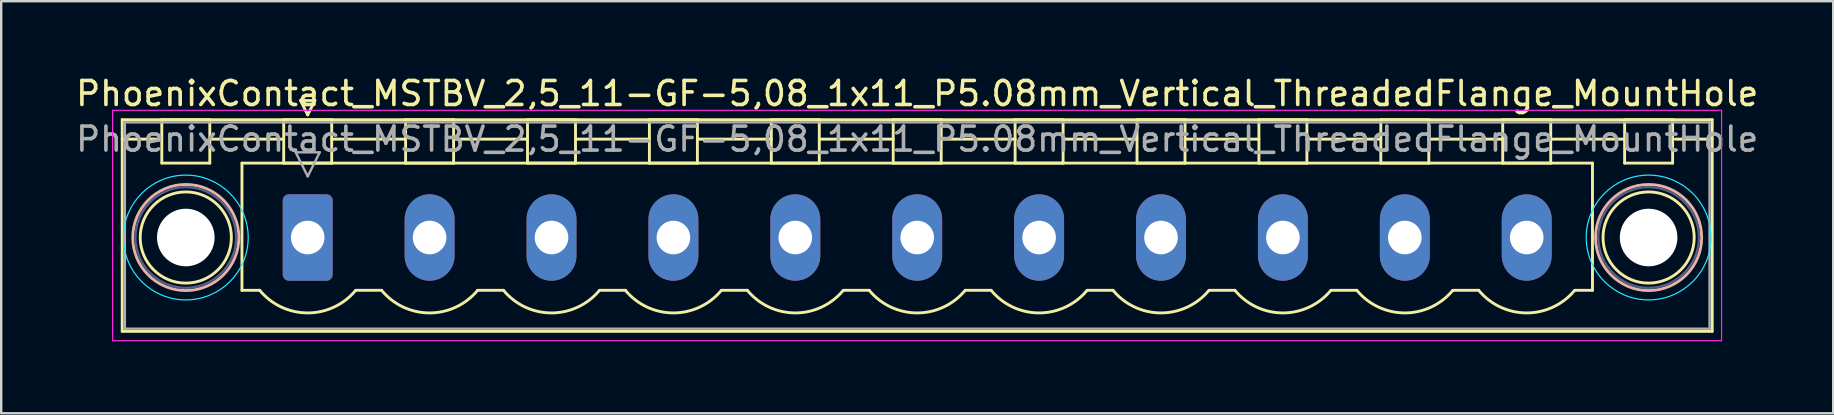
<source format=kicad_pcb>
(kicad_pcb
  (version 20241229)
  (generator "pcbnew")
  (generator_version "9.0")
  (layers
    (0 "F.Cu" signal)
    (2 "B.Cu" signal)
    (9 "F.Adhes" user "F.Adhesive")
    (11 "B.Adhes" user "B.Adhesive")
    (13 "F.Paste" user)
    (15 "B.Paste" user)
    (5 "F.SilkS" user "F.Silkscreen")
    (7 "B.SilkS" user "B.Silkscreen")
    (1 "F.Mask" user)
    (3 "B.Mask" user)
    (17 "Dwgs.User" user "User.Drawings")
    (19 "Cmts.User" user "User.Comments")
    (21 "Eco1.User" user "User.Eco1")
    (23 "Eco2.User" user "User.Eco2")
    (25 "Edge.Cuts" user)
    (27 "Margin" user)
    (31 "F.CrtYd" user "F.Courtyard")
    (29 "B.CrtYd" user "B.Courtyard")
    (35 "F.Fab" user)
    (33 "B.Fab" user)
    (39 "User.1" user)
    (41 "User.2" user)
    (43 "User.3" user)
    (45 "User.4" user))
  (footprint "PhoenixContact_MSTBV_2,5_11-GF-5,08_1x11_P5.08mm_Vertical_ThreadedFlange_MountHole"
    (layer "F.Cu")
    (at 9.773 6.848)
    (property "Reference" "PhoenixContact_MSTBV_2,5_11-GF-5,08_1x11_P5.08mm_Vertical_ThreadedFlange_MountHole" (at 25.4 -6 0) (layer "F.SilkS") (effects (font (size 1 1) (thickness 0.15))))
    (attr through_hole)
    (fp_line (start -7.73 -4.91) (end -7.73 3.91) (stroke (width 0.12) (type solid)) (layer "F.SilkS"))
    (fp_line (start -7.73 -4.1) (end -6.19 -4.1) (stroke (width 0.12) (type solid)) (layer "F.SilkS"))
    (fp_line (start -7.73 3.91) (end 58.53 3.91) (stroke (width 0.12) (type solid)) (layer "F.SilkS"))
    (fp_line (start -6.08 -4.91) (end -4.08 -4.91) (stroke (width 0.12) (type solid)) (layer "F.SilkS"))
    (fp_line (start -6.08 -3.1) (end -6.08 -4.91) (stroke (width 0.12) (type solid)) (layer "F.SilkS"))
    (fp_line (start -4.08 -4.91) (end -4.08 -3.1) (stroke (width 0.12) (type solid)) (layer "F.SilkS"))
    (fp_line (start -4.08 -4.1) (end -1 -4.1) (stroke (width 0.12) (type solid)) (layer "F.SilkS"))
    (fp_line (start -4.08 -3.1) (end -6.08 -3.1) (stroke (width 0.12) (type solid)) (layer "F.SilkS"))
    (fp_line (start -2.74 -3.1) (end 53.54 -3.1) (stroke (width 0.12) (type solid)) (layer "F.SilkS"))
    (fp_line (start -2.74 2.2) (end -2.74 -3.1) (stroke (width 0.12) (type solid)) (layer "F.SilkS"))
    (fp_line (start -2 2.2) (end -2.74 2.2) (stroke (width 0.12) (type solid)) (layer "F.SilkS"))
    (fp_line (start -1 -4.91) (end 1 -4.91) (stroke (width 0.12) (type solid)) (layer "F.SilkS"))
    (fp_line (start -1 -3.1) (end -1 -4.91) (stroke (width 0.12) (type solid)) (layer "F.SilkS"))
    (fp_line (start -0.3 -5.71) (end 0.3 -5.71) (stroke (width 0.12) (type solid)) (layer "F.SilkS"))
    (fp_line (start 0 -5.11) (end -0.3 -5.71) (stroke (width 0.12) (type solid)) (layer "F.SilkS"))
    (fp_line (start 0.3 -5.71) (end 0 -5.11) (stroke (width 0.12) (type solid)) (layer "F.SilkS"))
    (fp_line (start 1 -4.91) (end 1 -3.1) (stroke (width 0.12) (type solid)) (layer "F.SilkS"))
    (fp_line (start 1 -4.1) (end 4.08 -4.1) (stroke (width 0.12) (type solid)) (layer "F.SilkS"))
    (fp_line (start 1 -3.1) (end -1 -3.1) (stroke (width 0.12) (type solid)) (layer "F.SilkS"))
    (fp_line (start 2 2.2) (end 3.08 2.2) (stroke (width 0.12) (type solid)) (layer "F.SilkS"))
    (fp_line (start 4.08 -4.91) (end 6.08 -4.91) (stroke (width 0.12) (type solid)) (layer "F.SilkS"))
    (fp_line (start 4.08 -3.1) (end 4.08 -4.91) (stroke (width 0.12) (type solid)) (layer "F.SilkS"))
    (fp_line (start 6.08 -4.91) (end 6.08 -3.1) (stroke (width 0.12) (type solid)) (layer "F.SilkS"))
    (fp_line (start 6.08 -4.1) (end 9.16 -4.1) (stroke (width 0.12) (type solid)) (layer "F.SilkS"))
    (fp_line (start 6.08 -3.1) (end 4.08 -3.1) (stroke (width 0.12) (type solid)) (layer "F.SilkS"))
    (fp_line (start 7.08 2.2) (end 8.16 2.2) (stroke (width 0.12) (type solid)) (layer "F.SilkS"))
    (fp_line (start 9.16 -4.91) (end 11.16 -4.91) (stroke (width 0.12) (type solid)) (layer "F.SilkS"))
    (fp_line (start 9.16 -3.1) (end 9.16 -4.91) (stroke (width 0.12) (type solid)) (layer "F.SilkS"))
    (fp_line (start 11.16 -4.91) (end 11.16 -3.1) (stroke (width 0.12) (type solid)) (layer "F.SilkS"))
    (fp_line (start 11.16 -4.1) (end 14.24 -4.1) (stroke (width 0.12) (type solid)) (layer "F.SilkS"))
    (fp_line (start 11.16 -3.1) (end 9.16 -3.1) (stroke (width 0.12) (type solid)) (layer "F.SilkS"))
    (fp_line (start 12.16 2.2) (end 13.24 2.2) (stroke (width 0.12) (type solid)) (layer "F.SilkS"))
    (fp_line (start 14.24 -4.91) (end 16.24 -4.91) (stroke (width 0.12) (type solid)) (layer "F.SilkS"))
    (fp_line (start 14.24 -3.1) (end 14.24 -4.91) (stroke (width 0.12) (type solid)) (layer "F.SilkS"))
    (fp_line (start 16.24 -4.91) (end 16.24 -3.1) (stroke (width 0.12) (type solid)) (layer "F.SilkS"))
    (fp_line (start 16.24 -4.1) (end 19.32 -4.1) (stroke (width 0.12) (type solid)) (layer "F.SilkS"))
    (fp_line (start 16.24 -3.1) (end 14.24 -3.1) (stroke (width 0.12) (type solid)) (layer "F.SilkS"))
    (fp_line (start 17.24 2.2) (end 18.32 2.2) (stroke (width 0.12) (type solid)) (layer "F.SilkS"))
    (fp_line (start 19.32 -4.91) (end 21.32 -4.91) (stroke (width 0.12) (type solid)) (layer "F.SilkS"))
    (fp_line (start 19.32 -3.1) (end 19.32 -4.91) (stroke (width 0.12) (type solid)) (layer "F.SilkS"))
    (fp_line (start 21.32 -4.91) (end 21.32 -3.1) (stroke (width 0.12) (type solid)) (layer "F.SilkS"))
    (fp_line (start 21.32 -4.1) (end 24.4 -4.1) (stroke (width 0.12) (type solid)) (layer "F.SilkS"))
    (fp_line (start 21.32 -3.1) (end 19.32 -3.1) (stroke (width 0.12) (type solid)) (layer "F.SilkS"))
    (fp_line (start 22.32 2.2) (end 23.4 2.2) (stroke (width 0.12) (type solid)) (layer "F.SilkS"))
    (fp_line (start 24.4 -4.91) (end 26.4 -4.91) (stroke (width 0.12) (type solid)) (layer "F.SilkS"))
    (fp_line (start 24.4 -3.1) (end 24.4 -4.91) (stroke (width 0.12) (type solid)) (layer "F.SilkS"))
    (fp_line (start 26.4 -4.91) (end 26.4 -3.1) (stroke (width 0.12) (type solid)) (layer "F.SilkS"))
    (fp_line (start 26.4 -4.1) (end 29.48 -4.1) (stroke (width 0.12) (type solid)) (layer "F.SilkS"))
    (fp_line (start 26.4 -3.1) (end 24.4 -3.1) (stroke (width 0.12) (type solid)) (layer "F.SilkS"))
    (fp_line (start 27.4 2.2) (end 28.48 2.2) (stroke (width 0.12) (type solid)) (layer "F.SilkS"))
    (fp_line (start 29.48 -4.91) (end 31.48 -4.91) (stroke (width 0.12) (type solid)) (layer "F.SilkS"))
    (fp_line (start 29.48 -3.1) (end 29.48 -4.91) (stroke (width 0.12) (type solid)) (layer "F.SilkS"))
    (fp_line (start 31.48 -4.91) (end 31.48 -3.1) (stroke (width 0.12) (type solid)) (layer "F.SilkS"))
    (fp_line (start 31.48 -4.1) (end 34.56 -4.1) (stroke (width 0.12) (type solid)) (layer "F.SilkS"))
    (fp_line (start 31.48 -3.1) (end 29.48 -3.1) (stroke (width 0.12) (type solid)) (layer "F.SilkS"))
    (fp_line (start 32.48 2.2) (end 33.56 2.2) (stroke (width 0.12) (type solid)) (layer "F.SilkS"))
    (fp_line (start 34.56 -4.91) (end 36.56 -4.91) (stroke (width 0.12) (type solid)) (layer "F.SilkS"))
    (fp_line (start 34.56 -3.1) (end 34.56 -4.91) (stroke (width 0.12) (type solid)) (layer "F.SilkS"))
    (fp_line (start 36.56 -4.91) (end 36.56 -3.1) (stroke (width 0.12) (type solid)) (layer "F.SilkS"))
    (fp_line (start 36.56 -4.1) (end 39.64 -4.1) (stroke (width 0.12) (type solid)) (layer "F.SilkS"))
    (fp_line (start 36.56 -3.1) (end 34.56 -3.1) (stroke (width 0.12) (type solid)) (layer "F.SilkS"))
    (fp_line (start 37.56 2.2) (end 38.64 2.2) (stroke (width 0.12) (type solid)) (layer "F.SilkS"))
    (fp_line (start 39.64 -4.91) (end 41.64 -4.91) (stroke (width 0.12) (type solid)) (layer "F.SilkS"))
    (fp_line (start 39.64 -3.1) (end 39.64 -4.91) (stroke (width 0.12) (type solid)) (layer "F.SilkS"))
    (fp_line (start 41.64 -4.91) (end 41.64 -3.1) (stroke (width 0.12) (type solid)) (layer "F.SilkS"))
    (fp_line (start 41.64 -4.1) (end 44.72 -4.1) (stroke (width 0.12) (type solid)) (layer "F.SilkS"))
    (fp_line (start 41.64 -3.1) (end 39.64 -3.1) (stroke (width 0.12) (type solid)) (layer "F.SilkS"))
    (fp_line (start 42.64 2.2) (end 43.72 2.2) (stroke (width 0.12) (type solid)) (layer "F.SilkS"))
    (fp_line (start 44.72 -4.91) (end 46.72 -4.91) (stroke (width 0.12) (type solid)) (layer "F.SilkS"))
    (fp_line (start 44.72 -3.1) (end 44.72 -4.91) (stroke (width 0.12) (type solid)) (layer "F.SilkS"))
    (fp_line (start 46.72 -4.91) (end 46.72 -3.1) (stroke (width 0.12) (type solid)) (layer "F.SilkS"))
    (fp_line (start 46.72 -4.1) (end 49.8 -4.1) (stroke (width 0.12) (type solid)) (layer "F.SilkS"))
    (fp_line (start 46.72 -3.1) (end 44.72 -3.1) (stroke (width 0.12) (type solid)) (layer "F.SilkS"))
    (fp_line (start 47.72 2.2) (end 48.8 2.2) (stroke (width 0.12) (type solid)) (layer "F.SilkS"))
    (fp_line (start 49.8 -4.91) (end 51.8 -4.91) (stroke (width 0.12) (type solid)) (layer "F.SilkS"))
    (fp_line (start 49.8 -3.1) (end 49.8 -4.91) (stroke (width 0.12) (type solid)) (layer "F.SilkS"))
    (fp_line (start 51.8 -4.91) (end 51.8 -3.1) (stroke (width 0.12) (type solid)) (layer "F.SilkS"))
    (fp_line (start 51.8 -4.1) (end 54.88 -4.1) (stroke (width 0.12) (type solid)) (layer "F.SilkS"))
    (fp_line (start 51.8 -3.1) (end 49.8 -3.1) (stroke (width 0.12) (type solid)) (layer "F.SilkS"))
    (fp_line (start 53.54 -3.1) (end 53.54 2.2) (stroke (width 0.12) (type solid)) (layer "F.SilkS"))
    (fp_line (start 53.54 2.2) (end 52.8 2.2) (stroke (width 0.12) (type solid)) (layer "F.SilkS"))
    (fp_line (start 54.88 -4.91) (end 56.88 -4.91) (stroke (width 0.12) (type solid)) (layer "F.SilkS"))
    (fp_line (start 54.88 -3.1) (end 54.88 -4.91) (stroke (width 0.12) (type solid)) (layer "F.SilkS"))
    (fp_line (start 56.88 -4.91) (end 56.88 -3.1) (stroke (width 0.12) (type solid)) (layer "F.SilkS"))
    (fp_line (start 56.88 -3.1) (end 54.88 -3.1) (stroke (width 0.12) (type solid)) (layer "F.SilkS"))
    (fp_line (start 58.53 -4.91) (end -7.73 -4.91) (stroke (width 0.12) (type solid)) (layer "F.SilkS"))
    (fp_line (start 58.53 -4.1) (end 56.99 -4.1) (stroke (width 0.12) (type solid)) (layer "F.SilkS"))
    (fp_line (start 58.53 3.91) (end 58.53 -4.91) (stroke (width 0.12) (type solid)) (layer "F.SilkS"))
    (fp_arc (start 1.986842 2.215821) (mid -0.010289 3.142758) (end -2 2.2) (stroke (width 0.12) (type solid)) (layer "F.SilkS"))
    (fp_arc (start 7.066842 2.215821) (mid 5.069711 3.142758) (end 3.08 2.2) (stroke (width 0.12) (type solid)) (layer "F.SilkS"))
    (fp_arc (start 12.146842 2.215821) (mid 10.149711 3.142758) (end 8.16 2.2) (stroke (width 0.12) (type solid)) (layer "F.SilkS"))
    (fp_arc (start 17.226842 2.215821) (mid 15.229711 3.142758) (end 13.24 2.2) (stroke (width 0.12) (type solid)) (layer "F.SilkS"))
    (fp_arc (start 22.306842 2.215821) (mid 20.309711 3.142758) (end 18.32 2.2) (stroke (width 0.12) (type solid)) (layer "F.SilkS"))
    (fp_arc (start 27.386842 2.215821) (mid 25.389711 3.142758) (end 23.4 2.2) (stroke (width 0.12) (type solid)) (layer "F.SilkS"))
    (fp_arc (start 32.466842 2.215821) (mid 30.469711 3.142758) (end 28.48 2.2) (stroke (width 0.12) (type solid)) (layer "F.SilkS"))
    (fp_arc (start 37.546842 2.215821) (mid 35.549711 3.142758) (end 33.56 2.2) (stroke (width 0.12) (type solid)) (layer "F.SilkS"))
    (fp_arc (start 42.626842 2.215821) (mid 40.629711 3.142758) (end 38.64 2.2) (stroke (width 0.12) (type solid)) (layer "F.SilkS"))
    (fp_arc (start 47.706842 2.215821) (mid 45.709711 3.142758) (end 43.72 2.2) (stroke (width 0.12) (type solid)) (layer "F.SilkS"))
    (fp_arc (start 52.786842 2.215821) (mid 50.789711 3.142758) (end 48.8 2.2) (stroke (width 0.12) (type solid)) (layer "F.SilkS"))
    (fp_circle (center -5.08 0) (end -3.18 0) (stroke (width 0.12) (type solid)) (fill no) (layer "F.SilkS"))
    (fp_circle (center 55.88 0) (end 57.78 0) (stroke (width 0.12) (type solid)) (fill no) (layer "F.SilkS"))
    (fp_circle (center -5.08 0) (end -2.87 0) (stroke (width 0.12) (type solid)) (fill no) (layer "B.SilkS"))
    (fp_circle (center 55.88 0) (end 58.09 0) (stroke (width 0.12) (type solid)) (fill no) (layer "B.SilkS"))
    (fp_circle (center -5.08 0) (end -2.48 0) (stroke (width 0.05) (type solid)) (fill no) (layer "B.CrtYd"))
    (fp_circle (center 55.88 0) (end 58.48 0) (stroke (width 0.05) (type solid)) (fill no) (layer "B.CrtYd"))
    (fp_line (start -8.13 -5.3) (end -8.13 4.3) (stroke (width 0.05) (type solid)) (layer "F.CrtYd"))
    (fp_line (start -8.13 4.3) (end 58.92 4.3) (stroke (width 0.05) (type solid)) (layer "F.CrtYd"))
    (fp_line (start 58.92 -5.3) (end -8.13 -5.3) (stroke (width 0.05) (type solid)) (layer "F.CrtYd"))
    (fp_line (start 58.92 4.3) (end 58.92 -5.3) (stroke (width 0.05) (type solid)) (layer "F.CrtYd"))
    (fp_circle (center -5.08 0) (end -2.98 0) (stroke (width 0.1) (type solid)) (fill no) (layer "B.Fab"))
    (fp_circle (center 55.88 0) (end 57.98 0) (stroke (width 0.1) (type solid)) (fill no) (layer "B.Fab"))
    (fp_line (start -7.62 -4.8) (end -7.62 3.8) (stroke (width 0.1) (type solid)) (layer "F.Fab"))
    (fp_line (start -7.62 3.8) (end 58.42 3.8) (stroke (width 0.1) (type solid)) (layer "F.Fab"))
    (fp_line (start -0.5 -3.55) (end 0.5 -3.55) (stroke (width 0.1) (type solid)) (layer "F.Fab"))
    (fp_line (start 0 -2.55) (end -0.5 -3.55) (stroke (width 0.1) (type solid)) (layer "F.Fab"))
    (fp_line (start 0.5 -3.55) (end 0 -2.55) (stroke (width 0.1) (type solid)) (layer "F.Fab"))
    (fp_line (start 58.42 -4.8) (end -7.62 -4.8) (stroke (width 0.1) (type solid)) (layer "F.Fab"))
    (fp_line (start 58.42 3.8) (end 58.42 -4.8) (stroke (width 0.1) (type solid)) (layer "F.Fab"))
    (fp_text user "${REFERENCE}" (at 25.4 -4.1 0) (layer "F.Fab") (effects (font (size 1 1) (thickness 0.15))))
    (pad "" np_thru_hole circle (at -5.08 0) (size 2.4 2.4) (drill 2.4) (layers "*.Cu" "*.Mask"))
    (pad "" np_thru_hole circle (at 55.88 0) (size 2.4 2.4) (drill 2.4) (layers "*.Cu" "*.Mask"))
    (pad "1" thru_hole roundrect (at 0 0) (size 2.08 3.6) (drill 1.4) (layers "*.Cu" "*.Mask") (roundrect_rratio 0.12))
    (pad "2" thru_hole oval (at 5.08 0) (size 2.08 3.6) (drill 1.4) (layers "*.Cu" "*.Mask"))
    (pad "3" thru_hole oval (at 10.16 0) (size 2.08 3.6) (drill 1.4) (layers "*.Cu" "*.Mask"))
    (pad "4" thru_hole oval (at 15.24 0) (size 2.08 3.6) (drill 1.4) (layers "*.Cu" "*.Mask"))
    (pad "5" thru_hole oval (at 20.32 0) (size 2.08 3.6) (drill 1.4) (layers "*.Cu" "*.Mask"))
    (pad "6" thru_hole oval (at 25.4 0) (size 2.08 3.6) (drill 1.4) (layers "*.Cu" "*.Mask"))
    (pad "7" thru_hole oval (at 30.48 0) (size 2.08 3.6) (drill 1.4) (layers "*.Cu" "*.Mask"))
    (pad "8" thru_hole oval (at 35.56 0) (size 2.08 3.6) (drill 1.4) (layers "*.Cu" "*.Mask"))
    (pad "9" thru_hole oval (at 40.64 0) (size 2.08 3.6) (drill 1.4) (layers "*.Cu" "*.Mask"))
    (pad "10" thru_hole oval (at 45.72 0) (size 2.08 3.6) (drill 1.4) (layers "*.Cu" "*.Mask"))
    (pad "11" thru_hole oval (at 50.8 0) (size 2.08 3.6) (drill 1.4) (layers "*.Cu" "*.Mask")))
  (gr_rect
    (start -3 -3)
    (end 73.345 14.173)
    (stroke (width 0.1) (type default))
    (fill no)
    (layer "Edge.Cuts")))
</source>
